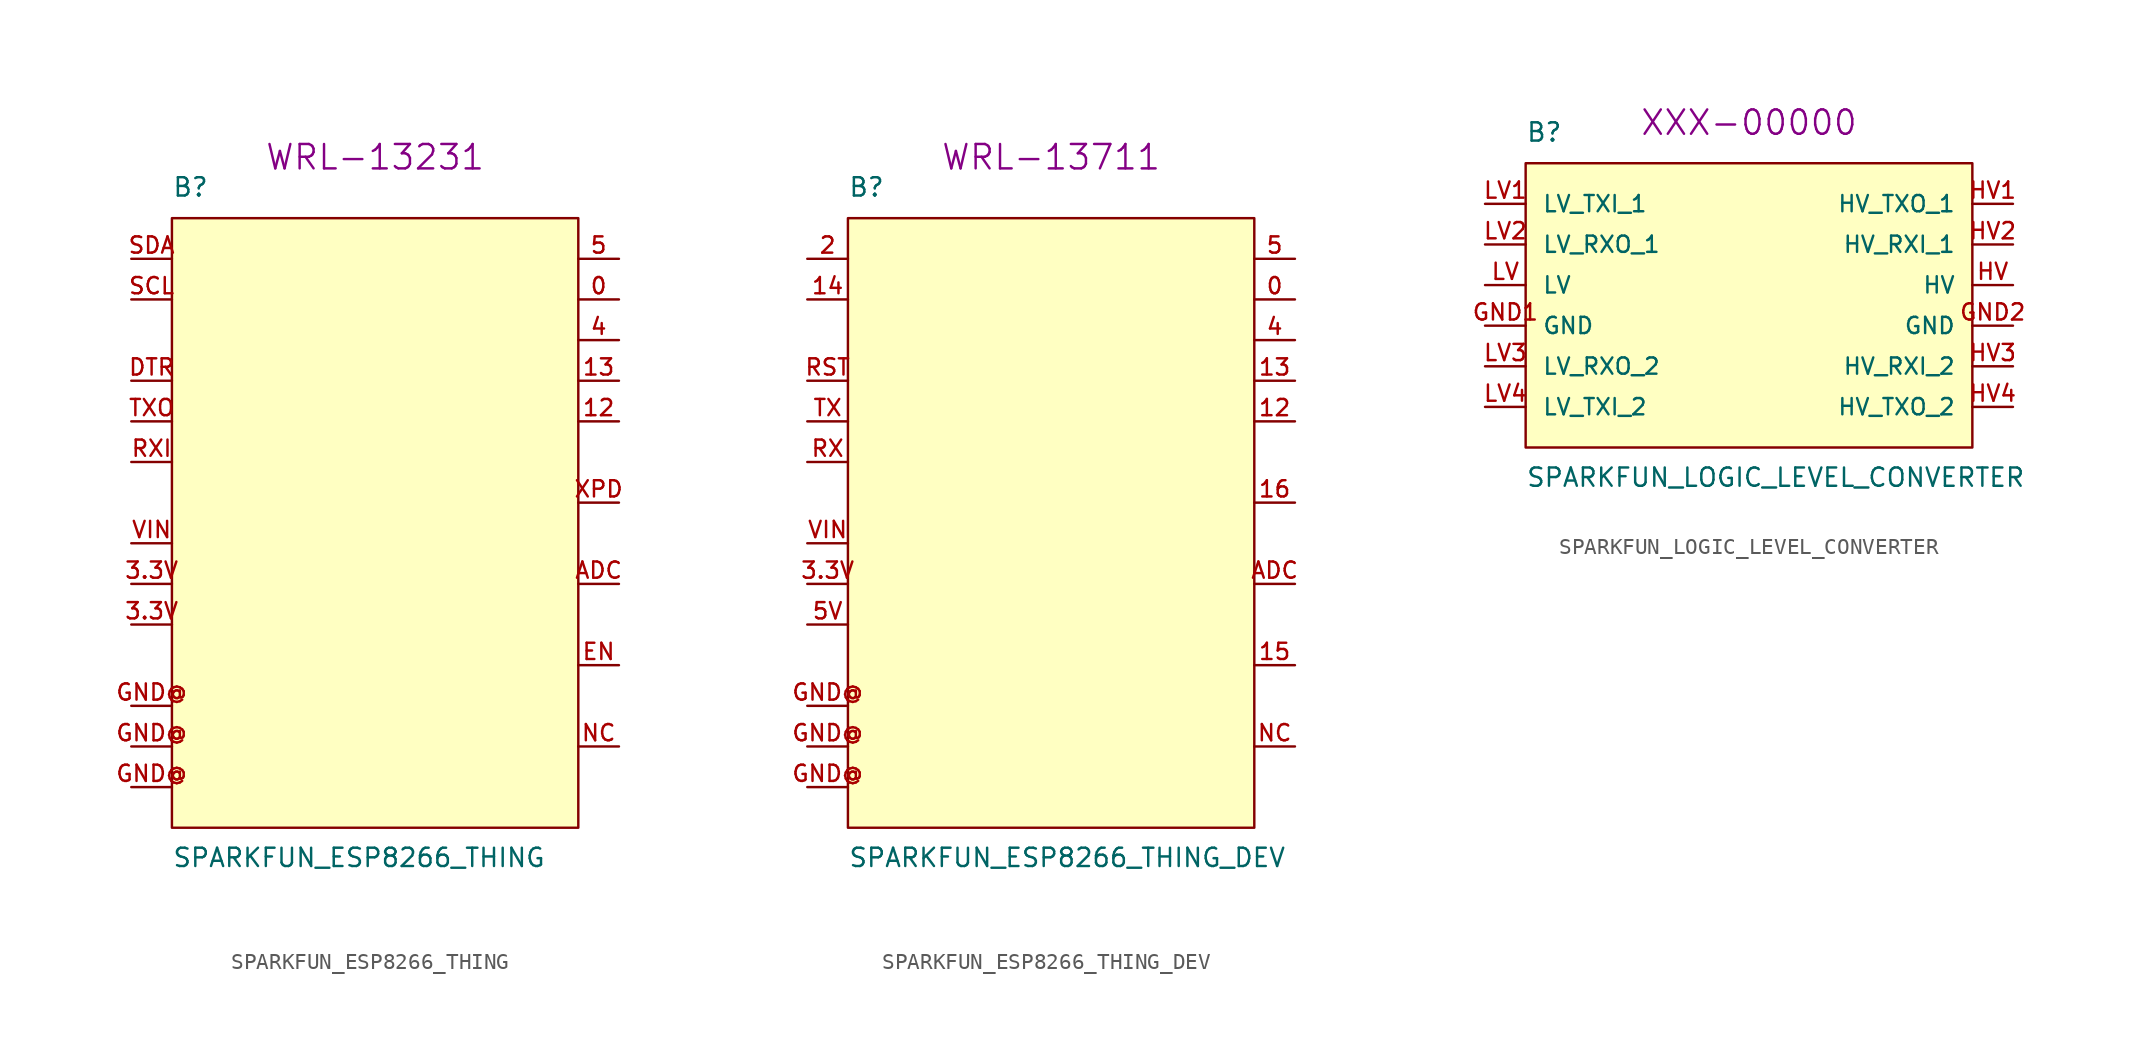
<source format=kicad_sym>
(kicad_symbol_lib
  (version 20220914)
  (generator kicad_symbol_editor)
  (symbol "SPARKFUN_ESP8266_THING"
    (pin_names
      (offset 1.016) hide)
    (property "Reference" "B"
      (at -12.7 21.59 0)
      (effects (font (size 1.143 1.143)) (justify left bottom)))
    (property "Value" "SPARKFUN_ESP8266_THING"
      (at -12.7 -20.32 0)
      (effects (font (size 1.143 1.143)) (justify left bottom)))
    (property "Field4" "WRL-13231"
      (at 0 24.13 0)
      (effects (font (size 1.524 1.524))))
    (property "ki_locked" ""
      (at 0 0 0)
      (effects (font (size 1.27 1.27))))
    (symbol "SPARKFUN_ESP8266_THING_1_1"
      (polyline (pts (xy -12.7 -17.78) (xy -12.7 20.32) (xy 12.7 20.32) (xy 12.7 -17.78) (xy -12.7 -17.78)) (stroke (width 0) (type solid)) (fill (type background)))
      (pin bidirectional line (at 15.24 15.24 180) (length 2.54) (name "0" (effects (font (size 1.016 1.016)))) (number "0" (effects (font (size 1.016 1.016)))))
      (pin bidirectional line (at 15.24 7.62 180) (length 2.54) (name "12/MISO" (effects (font (size 1.016 1.016)))) (number "12" (effects (font (size 1.016 1.016)))))
      (pin bidirectional line (at 15.24 10.16 180) (length 2.54) (name "13/MOSI" (effects (font (size 1.016 1.016)))) (number "13" (effects (font (size 1.016 1.016)))))
      (pin power_in line (at -15.24 -5.08 0) (length 2.54) (name "3.3V" (effects (font (size 1.016 1.016)))) (number "3.3V" (effects (font (size 1.016 1.016)))))
      (pin power_in line (at -15.24 -2.54 0) (length 2.54) (name "3.3V" (effects (font (size 1.016 1.016)))) (number "3.3V" (effects (font (size 1.016 1.016)))))
      (pin bidirectional line (at 15.24 12.7 180) (length 2.54) (name "4" (effects (font (size 1.016 1.016)))) (number "4" (effects (font (size 1.016 1.016)))))
      (pin bidirectional line (at 15.24 17.78 180) (length 2.54) (name "5" (effects (font (size 1.016 1.016)))) (number "5" (effects (font (size 1.016 1.016)))))
      (pin bidirectional line (at 15.24 -2.54 180) (length 2.54) (name "ADC/A0" (effects (font (size 1.016 1.016)))) (number "ADC" (effects (font (size 1.016 1.016)))))
      (pin bidirectional line (at -15.24 10.16 0) (length 2.54) (name "DTR" (effects (font (size 1.016 1.016)))) (number "DTR" (effects (font (size 1.016 1.016)))))
      (pin input line (at 15.24 -7.62 180) (length 2.54) (name "EN" (effects (font (size 1.016 1.016)))) (number "EN" (effects (font (size 1.016 1.016)))))
      (pin power_in line (at -15.24 -15.24 0) (length 2.54) (name "GND" (effects (font (size 1.016 1.016)))) (number "GND@" (effects (font (size 1.016 1.016)))))
      (pin power_in line (at -15.24 -12.7 0) (length 2.54) (name "GND" (effects (font (size 1.016 1.016)))) (number "GND@" (effects (font (size 1.016 1.016)))))
      (pin power_in line (at -15.24 -10.16 0) (length 2.54) (name "GND" (effects (font (size 1.016 1.016)))) (number "GND@" (effects (font (size 1.016 1.016)))))
      (pin unspecified line (at 15.24 -12.7 180) (length 2.54) (name "NC" (effects (font (size 1.016 1.016)))) (number "NC" (effects (font (size 1.016 1.016)))))
      (pin input line (at -15.24 5.08 0) (length 2.54) (name "RXI" (effects (font (size 1.016 1.016)))) (number "RXI" (effects (font (size 1.016 1.016)))))
      (pin bidirectional line (at -15.24 15.24 0) (length 2.54) (name "SCL/14/SCLK" (effects (font (size 1.016 1.016)))) (number "SCL" (effects (font (size 1.016 1.016)))))
      (pin bidirectional line (at -15.24 17.78 0) (length 2.54) (name "SDA/2" (effects (font (size 1.016 1.016)))) (number "SDA" (effects (font (size 1.016 1.016)))))
      (pin output line (at -15.24 7.62 0) (length 2.54) (name "TXO" (effects (font (size 1.016 1.016)))) (number "TXO" (effects (font (size 1.016 1.016)))))
      (pin power_in line (at -15.24 0 0) (length 2.54) (name "VIN" (effects (font (size 1.016 1.016)))) (number "VIN" (effects (font (size 1.016 1.016)))))
      (pin bidirectional line (at 15.24 2.54 180) (length 2.54) (name "XPD/16" (effects (font (size 1.016 1.016)))) (number "XPD" (effects (font (size 1.016 1.016)))))))
  (symbol "SPARKFUN_ESP8266_THING_DEV"
    (pin_names
      (offset 1.016) hide)
    (property "Reference" "B"
      (at -12.7 21.59 0)
      (effects (font (size 1.143 1.143)) (justify left bottom)))
    (property "Value" "SPARKFUN_ESP8266_THING_DEV"
      (at -12.7 -20.32 0)
      (effects (font (size 1.143 1.143)) (justify left bottom)))
    (property "Field4" "WRL-13711"
      (at 0 24.13 0)
      (effects (font (size 1.524 1.524))))
    (property "ki_locked" ""
      (at 0 0 0)
      (effects (font (size 1.27 1.27))))
    (symbol "SPARKFUN_ESP8266_THING_DEV_1_1"
      (polyline (pts (xy -12.7 -17.78) (xy -12.7 20.32) (xy 12.7 20.32) (xy 12.7 -17.78) (xy -12.7 -17.78)) (stroke (width 0) (type solid)) (fill (type background)))
      (pin bidirectional line (at 15.24 15.24 180) (length 2.54) (name "0" (effects (font (size 1.016 1.016)))) (number "0" (effects (font (size 1.016 1.016)))))
      (pin bidirectional line (at 15.24 7.62 180) (length 2.54) (name "12/MISO" (effects (font (size 1.016 1.016)))) (number "12" (effects (font (size 1.016 1.016)))))
      (pin bidirectional line (at 15.24 10.16 180) (length 2.54) (name "13/MOSI" (effects (font (size 1.016 1.016)))) (number "13" (effects (font (size 1.016 1.016)))))
      (pin bidirectional line (at -15.24 15.24 0) (length 2.54) (name "SCL/14/SCLK" (effects (font (size 1.016 1.016)))) (number "14" (effects (font (size 1.016 1.016)))))
      (pin bidirectional line (at 15.24 -7.62 180) (length 2.54) (name "15" (effects (font (size 1.016 1.016)))) (number "15" (effects (font (size 1.016 1.016)))))
      (pin bidirectional line (at 15.24 2.54 180) (length 2.54) (name "XPD/16" (effects (font (size 1.016 1.016)))) (number "16" (effects (font (size 1.016 1.016)))))
      (pin bidirectional line (at -15.24 17.78 0) (length 2.54) (name "SDA/2" (effects (font (size 1.016 1.016)))) (number "2" (effects (font (size 1.016 1.016)))))
      (pin power_in line (at -15.24 -2.54 0) (length 2.54) (name "3.3V" (effects (font (size 1.016 1.016)))) (number "3.3V" (effects (font (size 1.016 1.016)))))
      (pin bidirectional line (at 15.24 12.7 180) (length 2.54) (name "4" (effects (font (size 1.016 1.016)))) (number "4" (effects (font (size 1.016 1.016)))))
      (pin bidirectional line (at 15.24 17.78 180) (length 2.54) (name "5" (effects (font (size 1.016 1.016)))) (number "5" (effects (font (size 1.016 1.016)))))
      (pin power_in line (at -15.24 -5.08 0) (length 2.54) (name "5V" (effects (font (size 1.016 1.016)))) (number "5V" (effects (font (size 1.016 1.016)))))
      (pin bidirectional line (at 15.24 -2.54 180) (length 2.54) (name "ADC/A0" (effects (font (size 1.016 1.016)))) (number "ADC" (effects (font (size 1.016 1.016)))))
      (pin power_in line (at -15.24 -15.24 0) (length 2.54) (name "GND" (effects (font (size 1.016 1.016)))) (number "GND@" (effects (font (size 1.016 1.016)))))
      (pin power_in line (at -15.24 -12.7 0) (length 2.54) (name "GND" (effects (font (size 1.016 1.016)))) (number "GND@" (effects (font (size 1.016 1.016)))))
      (pin power_in line (at -15.24 -10.16 0) (length 2.54) (name "GND" (effects (font (size 1.016 1.016)))) (number "GND@" (effects (font (size 1.016 1.016)))))
      (pin unspecified line (at 15.24 -12.7 180) (length 2.54) (name "NC" (effects (font (size 1.016 1.016)))) (number "NC" (effects (font (size 1.016 1.016)))))
      (pin input line (at -15.24 10.16 0) (length 2.54) (name "RST" (effects (font (size 1.016 1.016)))) (number "RST" (effects (font (size 1.016 1.016)))))
      (pin input line (at -15.24 5.08 0) (length 2.54) (name "RXI/8" (effects (font (size 1.016 1.016)))) (number "RX" (effects (font (size 1.016 1.016)))))
      (pin output line (at -15.24 7.62 0) (length 2.54) (name "TXO/7" (effects (font (size 1.016 1.016)))) (number "TX" (effects (font (size 1.016 1.016)))))
      (pin power_in line (at -15.24 0 0) (length 2.54) (name "VIN" (effects (font (size 1.016 1.016)))) (number "VIN" (effects (font (size 1.016 1.016)))))))
  (symbol "SPARKFUN_LOGIC_LEVEL_CONVERTER"
    (pin_names
      (offset 1.016))
    (property "Reference" "B"
      (at -13.97 11.43 0)
      (effects (font (size 1.143 1.143)) (justify left bottom)))
    (property "Value" "SPARKFUN_LOGIC_LEVEL_CONVERTER"
      (at -13.97 -10.16 0)
      (effects (font (size 1.143 1.143)) (justify left bottom)))
    (property "Field4" "XXX-00000"
      (at 0 12.7 0)
      (effects (font (size 1.524 1.524))))
    (property "ki_locked" ""
      (at 0 0 0)
      (effects (font (size 1.27 1.27))))
    (symbol "SPARKFUN_LOGIC_LEVEL_CONVERTER_1_1"
      (polyline (pts (xy -13.97 -7.62) (xy -13.97 10.16) (xy 13.97 10.16) (xy 13.97 -7.62) (xy -13.97 -7.62)) (stroke (width 0) (type solid)) (fill (type background)))
      (pin power_in line (at -16.51 0 0) (length 2.54) (name "GND" (effects (font (size 1.016 1.016)))) (number "GND1" (effects (font (size 1.016 1.016)))))
      (pin power_in line (at 16.51 0 180) (length 2.54) (name "GND" (effects (font (size 1.016 1.016)))) (number "GND2" (effects (font (size 1.016 1.016)))))
      (pin power_in line (at 16.51 2.54 180) (length 2.54) (name "HV" (effects (font (size 1.016 1.016)))) (number "HV" (effects (font (size 1.016 1.016)))))
      (pin bidirectional line (at 16.51 7.62 180) (length 2.54) (name "HV_TXO_1" (effects (font (size 1.016 1.016)))) (number "HV1" (effects (font (size 1.016 1.016)))))
      (pin bidirectional line (at 16.51 5.08 180) (length 2.54) (name "HV_RXI_1" (effects (font (size 1.016 1.016)))) (number "HV2" (effects (font (size 1.016 1.016)))))
      (pin bidirectional line (at 16.51 -2.54 180) (length 2.54) (name "HV_RXI_2" (effects (font (size 1.016 1.016)))) (number "HV3" (effects (font (size 1.016 1.016)))))
      (pin bidirectional line (at 16.51 -5.08 180) (length 2.54) (name "HV_TXO_2" (effects (font (size 1.016 1.016)))) (number "HV4" (effects (font (size 1.016 1.016)))))
      (pin power_in line (at -16.51 2.54 0) (length 2.54) (name "LV" (effects (font (size 1.016 1.016)))) (number "LV" (effects (font (size 1.016 1.016)))))
      (pin bidirectional line (at -16.51 7.62 0) (length 2.54) (name "LV_TXI_1" (effects (font (size 1.016 1.016)))) (number "LV1" (effects (font (size 1.016 1.016)))))
      (pin bidirectional line (at -16.51 5.08 0) (length 2.54) (name "LV_RXO_1" (effects (font (size 1.016 1.016)))) (number "LV2" (effects (font (size 1.016 1.016)))))
      (pin bidirectional line (at -16.51 -2.54 0) (length 2.54) (name "LV_RXO_2" (effects (font (size 1.016 1.016)))) (number "LV3" (effects (font (size 1.016 1.016)))))
      (pin bidirectional line (at -16.51 -5.08 0) (length 2.54) (name "LV_TXI_2" (effects (font (size 1.016 1.016)))) (number "LV4" (effects (font (size 1.016 1.016))))))))
</source>
